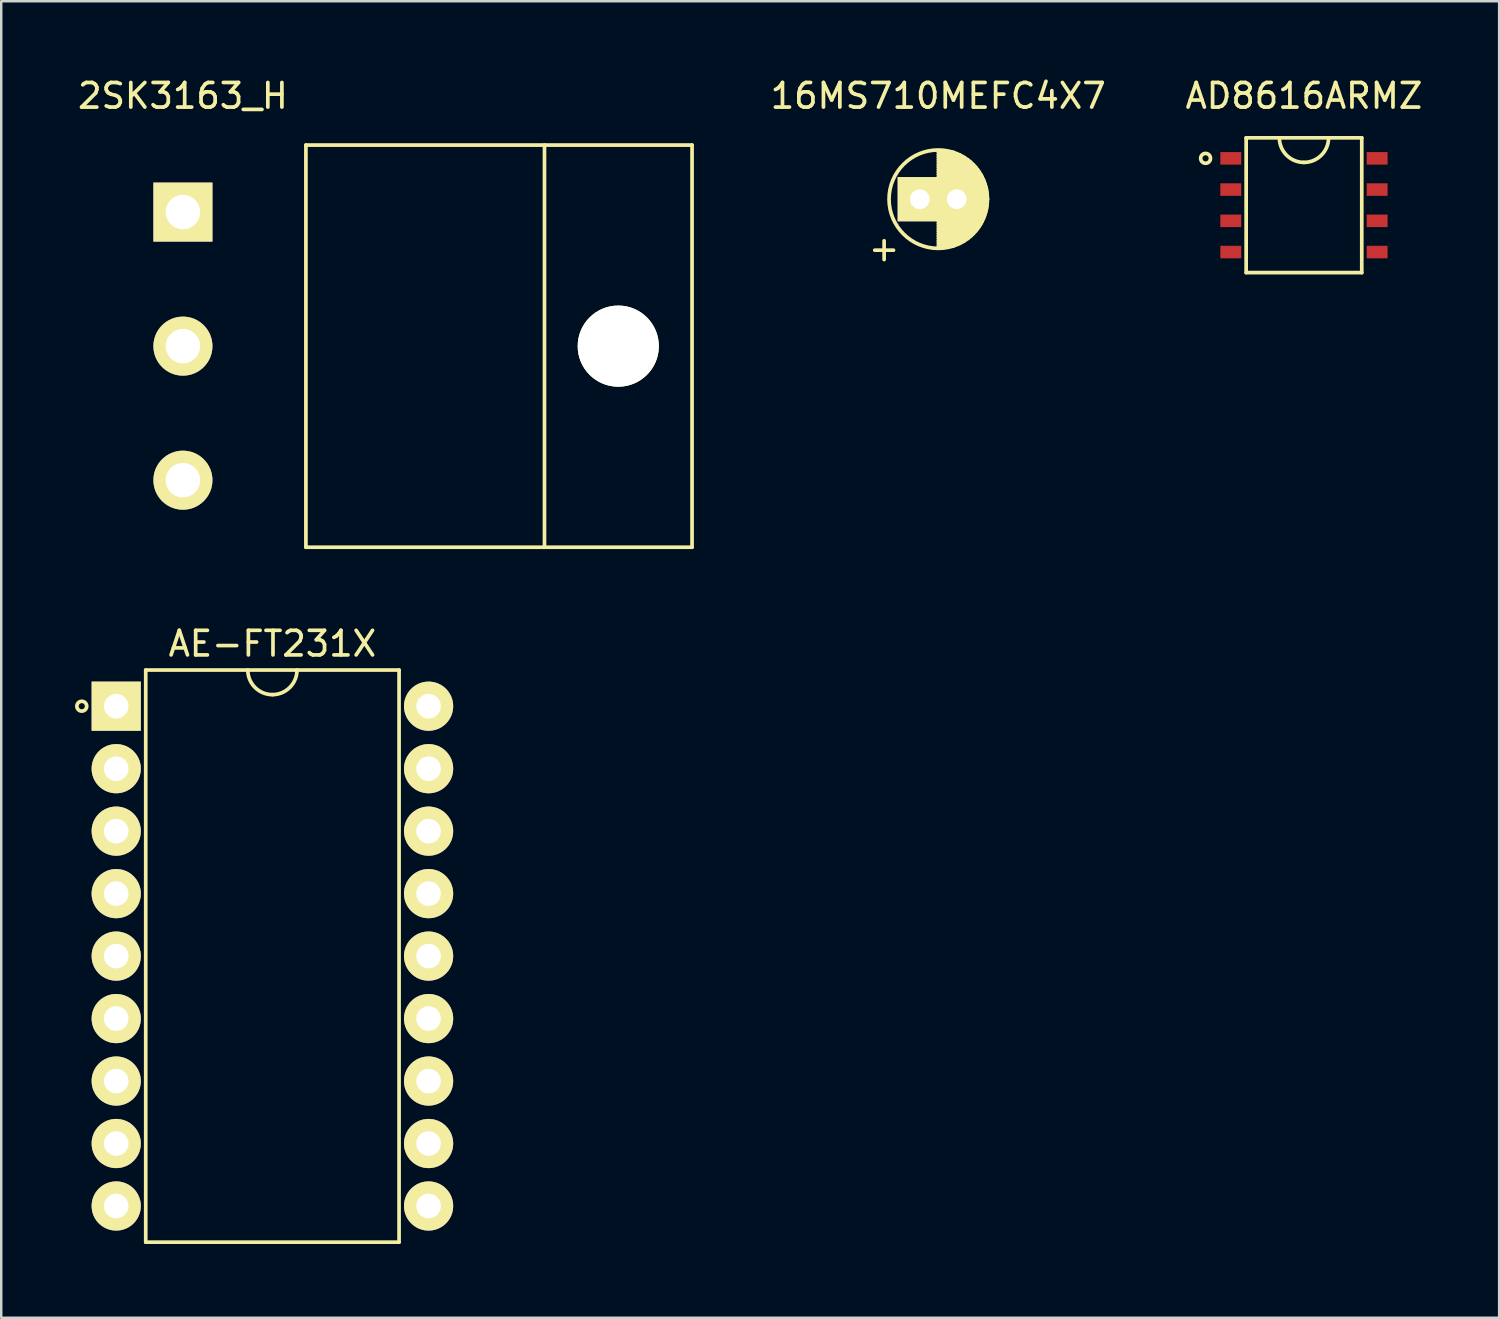
<source format=kicad_pcb>
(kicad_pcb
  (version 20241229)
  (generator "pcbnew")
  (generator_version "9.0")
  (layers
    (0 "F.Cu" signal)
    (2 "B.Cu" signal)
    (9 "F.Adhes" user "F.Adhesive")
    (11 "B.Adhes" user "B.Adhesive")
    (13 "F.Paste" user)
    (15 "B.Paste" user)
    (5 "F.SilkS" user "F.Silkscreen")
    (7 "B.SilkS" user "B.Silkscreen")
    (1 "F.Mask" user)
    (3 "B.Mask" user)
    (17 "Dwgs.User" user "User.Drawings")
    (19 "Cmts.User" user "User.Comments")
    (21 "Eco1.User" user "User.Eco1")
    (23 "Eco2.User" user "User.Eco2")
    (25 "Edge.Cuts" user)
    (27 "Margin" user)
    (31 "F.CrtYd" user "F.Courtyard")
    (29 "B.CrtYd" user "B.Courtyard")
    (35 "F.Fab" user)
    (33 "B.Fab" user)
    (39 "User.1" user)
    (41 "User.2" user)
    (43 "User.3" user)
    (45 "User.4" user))
  (footprint "AD8616ARMZ"
    (layer "F.Cu")
    (at 46.99 3.388)
    (property "Reference" "AD8616ARMZ" (at 2.975 -2.54 0) (layer "F.SilkS") (effects (font (size 1 1) (thickness 0.15))))
    (attr through_hole)
    (fp_line (start 0.625 -0.835) (end 5.325 -0.835) (stroke (width 0.15) (type solid)) (layer "F.SilkS"))
    (fp_line (start 0.625 4.645) (end 0.625 -0.835) (stroke (width 0.15) (type solid)) (layer "F.SilkS"))
    (fp_line (start 5.325 -0.835) (end 5.325 4.645) (stroke (width 0.15) (type solid)) (layer "F.SilkS"))
    (fp_line (start 5.325 4.645) (end 0.625 4.645) (stroke (width 0.15) (type solid)) (layer "F.SilkS"))
    (fp_arc (start 2.975 0.165) (mid 2.267893 -0.127893) (end 1.975 -0.835) (stroke (width 0.15) (type solid)) (layer "F.SilkS"))
    (fp_arc (start 3.975 -0.835) (mid 3.682107 -0.127893) (end 2.975 0.165) (stroke (width 0.15) (type solid)) (layer "F.SilkS"))
    (fp_circle (center -1.025 0) (end -1.025 0.2) (stroke (width 0.15) (type solid)) (fill no) (layer "F.SilkS"))
    (pad "1" smd rect (at 0 0) (size 0.85 0.51) (layers "F.Cu" "F.Mask" "F.Paste"))
    (pad "2" smd rect (at 0 1.27) (size 0.85 0.51) (layers "F.Cu" "F.Mask" "F.Paste"))
    (pad "3" smd rect (at 0 2.54) (size 0.85 0.51) (layers "F.Cu" "F.Mask" "F.Paste"))
    (pad "4" smd rect (at 0 3.81) (size 0.85 0.51) (layers "F.Cu" "F.Mask" "F.Paste"))
    (pad "5" smd rect (at 5.95 3.81) (size 0.85 0.51) (layers "F.Cu" "F.Mask" "F.Paste"))
    (pad "6" smd rect (at 5.95 2.54) (size 0.85 0.51) (layers "F.Cu" "F.Mask" "F.Paste"))
    (pad "7" smd rect (at 5.95 1.27) (size 0.85 0.51) (layers "F.Cu" "F.Mask" "F.Paste"))
    (pad "8" smd rect (at 5.95 0) (size 0.85 0.51) (layers "F.Cu" "F.Mask" "F.Paste")))
  (footprint "2SK3163_H"
    (layer "F.Cu")
    (at 4.387 5.573)
    (property "Reference" "2SK3163_H" (at 0 -4.725 0) (layer "F.SilkS") (effects (font (size 1 1) (thickness 0.15))))
    (attr through_hole)
    (fp_line (start 5 -2.725) (end 5 13.625) (stroke (width 0.15) (type solid)) (layer "F.SilkS"))
    (fp_line (start 5 -2.725) (end 20.7 -2.725) (stroke (width 0.15) (type solid)) (layer "F.SilkS"))
    (fp_line (start 5 13.625) (end 20.7 13.625) (stroke (width 0.15) (type solid)) (layer "F.SilkS"))
    (fp_line (start 14.7 -2.725) (end 14.7 13.625) (stroke (width 0.15) (type solid)) (layer "F.SilkS"))
    (fp_line (start 20.7 -2.725) (end 20.7 13.625) (stroke (width 0.15) (type solid)) (layer "F.SilkS"))
    (pad "" np_thru_hole circle (at 17.7 5.45) (size 3.3 3.3) (drill 3.3) (layers "*.Cu" "*.Mask" "F.SilkS"))
    (pad "1" thru_hole rect (at 0 0) (size 2.4 2.4) (drill 1.4) (layers "*.Cu" "*.Mask" "F.SilkS"))
    (pad "2" thru_hole circle (at 0 5.45) (size 2.4 2.4) (drill 1.4) (layers "*.Cu" "*.Mask" "F.SilkS"))
    (pad "3" thru_hole circle (at 0 10.9) (size 2.4 2.4) (drill 1.4) (layers "*.Cu" "*.Mask" "F.SilkS")))
  (footprint "AE-FT231X"
    (layer "F.Cu")
    (at 1.675 25.662)
    (property "Reference" "AE-FT231X" (at 6.35 -2.54 0) (layer "F.SilkS") (effects (font (size 1 1) (thickness 0.15))))
    (attr through_hole)
    (fp_line (start 1.2 -1.47) (end 11.5 -1.47) (stroke (width 0.15) (type solid)) (layer "F.SilkS"))
    (fp_line (start 1.2 21.79) (end 1.2 -1.47) (stroke (width 0.15) (type solid)) (layer "F.SilkS"))
    (fp_line (start 11.5 -1.47) (end 11.5 21.79) (stroke (width 0.15) (type solid)) (layer "F.SilkS"))
    (fp_line (start 11.5 21.79) (end 1.2 21.79) (stroke (width 0.15) (type solid)) (layer "F.SilkS"))
    (fp_arc (start 6.35 -0.47) (mid 5.642893 -0.762893) (end 5.35 -1.47) (stroke (width 0.15) (type solid)) (layer "F.SilkS"))
    (fp_arc (start 7.35 -1.47) (mid 7.057107 -0.762893) (end 6.35 -0.47) (stroke (width 0.15) (type solid)) (layer "F.SilkS"))
    (fp_circle (center -1.4 0) (end -1.4 0.2) (stroke (width 0.15) (type solid)) (fill no) (layer "F.SilkS"))
    (pad "1" thru_hole rect (at 0 0) (size 2 2) (drill 1) (layers "*.Cu" "*.Mask" "F.SilkS"))
    (pad "2" thru_hole circle (at 0 2.54) (size 2 2) (drill 1) (layers "*.Cu" "*.Mask" "F.SilkS"))
    (pad "3" thru_hole circle (at 0 5.08) (size 2 2) (drill 1) (layers "*.Cu" "*.Mask" "F.SilkS"))
    (pad "4" thru_hole circle (at 0 7.62) (size 2 2) (drill 1) (layers "*.Cu" "*.Mask" "F.SilkS"))
    (pad "5" thru_hole circle (at 0 10.16) (size 2 2) (drill 1) (layers "*.Cu" "*.Mask" "F.SilkS"))
    (pad "6" thru_hole circle (at 0 12.7) (size 2 2) (drill 1) (layers "*.Cu" "*.Mask" "F.SilkS"))
    (pad "7" thru_hole circle (at 0 15.24) (size 2 2) (drill 1) (layers "*.Cu" "*.Mask" "F.SilkS"))
    (pad "8" thru_hole circle (at 0 17.78) (size 2 2) (drill 1) (layers "*.Cu" "*.Mask" "F.SilkS"))
    (pad "9" thru_hole circle (at 0 20.32) (size 2 2) (drill 1) (layers "*.Cu" "*.Mask" "F.SilkS"))
    (pad "10" thru_hole circle (at 12.7 20.32) (size 2 2) (drill 1) (layers "*.Cu" "*.Mask" "F.SilkS"))
    (pad "11" thru_hole circle (at 12.7 17.78) (size 2 2) (drill 1) (layers "*.Cu" "*.Mask" "F.SilkS"))
    (pad "12" thru_hole circle (at 12.7 15.24) (size 2 2) (drill 1) (layers "*.Cu" "*.Mask" "F.SilkS"))
    (pad "13" thru_hole circle (at 12.7 12.7) (size 2 2) (drill 1) (layers "*.Cu" "*.Mask" "F.SilkS"))
    (pad "14" thru_hole circle (at 12.7 10.16) (size 2 2) (drill 1) (layers "*.Cu" "*.Mask" "F.SilkS"))
    (pad "15" thru_hole circle (at 12.7 7.62) (size 2 2) (drill 1) (layers "*.Cu" "*.Mask" "F.SilkS"))
    (pad "16" thru_hole circle (at 12.7 5.08) (size 2 2) (drill 1) (layers "*.Cu" "*.Mask" "F.SilkS"))
    (pad "17" thru_hole circle (at 12.7 2.54) (size 2 2) (drill 1) (layers "*.Cu" "*.Mask" "F.SilkS"))
    (pad "18" thru_hole circle (at 12.7 0) (size 2 2) (drill 1) (layers "*.Cu" "*.Mask" "F.SilkS")))
  (footprint "16MS710MEFC4X7"
    (layer "F.Cu")
    (at 34.346 5.048)
    (property "Reference" "16MS710MEFC4X7" (at 0.75 -4.2 0) (layer "F.SilkS") (effects (font (size 1 1) (thickness 0.15))))
    (attr through_hole)
    (fp_line (start 0.75 -1.9) (end 1.375 -1.9) (stroke (width 0.15) (type solid)) (layer "F.SilkS"))
    (fp_line (start 0.75 -1.8) (end 1.622 -1.8) (stroke (width 0.15) (type solid)) (layer "F.SilkS"))
    (fp_line (start 0.75 -1.7) (end 1.804 -1.7) (stroke (width 0.15) (type solid)) (layer "F.SilkS"))
    (fp_line (start 0.75 -1.6) (end 1.95 -1.6) (stroke (width 0.15) (type solid)) (layer "F.SilkS"))
    (fp_line (start 0.75 -1.5) (end 2.073 -1.5) (stroke (width 0.15) (type solid)) (layer "F.SilkS"))
    (fp_line (start 0.75 -1.4) (end 2.178 -1.4) (stroke (width 0.15) (type solid)) (layer "F.SilkS"))
    (fp_line (start 0.75 -1.3) (end 2.27 -1.3) (stroke (width 0.15) (type solid)) (layer "F.SilkS"))
    (fp_line (start 0.75 -1.2) (end 2.35 -1.2) (stroke (width 0.15) (type solid)) (layer "F.SilkS"))
    (fp_line (start 0.75 -1.1) (end 2.42 -1.1) (stroke (width 0.15) (type solid)) (layer "F.SilkS"))
    (fp_line (start 0.75 -1) (end 2.482 -1) (stroke (width 0.15) (type solid)) (layer "F.SilkS"))
    (fp_line (start 0.75 -0.9) (end 2.536 -0.9) (stroke (width 0.15) (type solid)) (layer "F.SilkS"))
    (fp_line (start 0.75 -0.8) (end 2.583 -0.8) (stroke (width 0.15) (type solid)) (layer "F.SilkS"))
    (fp_line (start 0.75 -0.7) (end 2.623 -0.7) (stroke (width 0.15) (type solid)) (layer "F.SilkS"))
    (fp_line (start 0.75 -0.6) (end 2.658 -0.6) (stroke (width 0.15) (type solid)) (layer "F.SilkS"))
    (fp_line (start 0.75 -0.5) (end 2.686 -0.5) (stroke (width 0.15) (type solid)) (layer "F.SilkS"))
    (fp_line (start 0.75 -0.4) (end 2.71 -0.4) (stroke (width 0.15) (type solid)) (layer "F.SilkS"))
    (fp_line (start 0.75 -0.3) (end 2.727 -0.3) (stroke (width 0.15) (type solid)) (layer "F.SilkS"))
    (fp_line (start 0.75 -0.2) (end 2.74 -0.2) (stroke (width 0.15) (type solid)) (layer "F.SilkS"))
    (fp_line (start 0.75 -0.1) (end 2.747 -0.1) (stroke (width 0.15) (type solid)) (layer "F.SilkS"))
    (fp_line (start 0.75 0) (end 2.75 0) (stroke (width 0.15) (type solid)) (layer "F.SilkS"))
    (fp_line (start 0.75 0) (end 2.75 0) (stroke (width 0.15) (type solid)) (layer "F.SilkS"))
    (fp_line (start 0.75 0.1) (end 2.747 0.1) (stroke (width 0.15) (type solid)) (layer "F.SilkS"))
    (fp_line (start 0.75 0.2) (end 2.74 0.2) (stroke (width 0.15) (type solid)) (layer "F.SilkS"))
    (fp_line (start 0.75 0.3) (end 2.727 0.3) (stroke (width 0.15) (type solid)) (layer "F.SilkS"))
    (fp_line (start 0.75 0.4) (end 2.71 0.4) (stroke (width 0.15) (type solid)) (layer "F.SilkS"))
    (fp_line (start 0.75 0.5) (end 2.686 0.5) (stroke (width 0.15) (type solid)) (layer "F.SilkS"))
    (fp_line (start 0.75 0.6) (end 2.658 0.6) (stroke (width 0.15) (type solid)) (layer "F.SilkS"))
    (fp_line (start 0.75 0.7) (end 2.623 0.7) (stroke (width 0.15) (type solid)) (layer "F.SilkS"))
    (fp_line (start 0.75 0.8) (end 2.583 0.8) (stroke (width 0.15) (type solid)) (layer "F.SilkS"))
    (fp_line (start 0.75 0.9) (end 2.536 0.9) (stroke (width 0.15) (type solid)) (layer "F.SilkS"))
    (fp_line (start 0.75 1) (end 2.482 1) (stroke (width 0.15) (type solid)) (layer "F.SilkS"))
    (fp_line (start 0.75 1.1) (end 2.42 1.1) (stroke (width 0.15) (type solid)) (layer "F.SilkS"))
    (fp_line (start 0.75 1.2) (end 2.35 1.2) (stroke (width 0.15) (type solid)) (layer "F.SilkS"))
    (fp_line (start 0.75 1.3) (end 2.27 1.3) (stroke (width 0.15) (type solid)) (layer "F.SilkS"))
    (fp_line (start 0.75 1.4) (end 2.178 1.4) (stroke (width 0.15) (type solid)) (layer "F.SilkS"))
    (fp_line (start 0.75 1.5) (end 2.073 1.5) (stroke (width 0.15) (type solid)) (layer "F.SilkS"))
    (fp_line (start 0.75 1.6) (end 1.95 1.6) (stroke (width 0.15) (type solid)) (layer "F.SilkS"))
    (fp_line (start 0.75 1.7) (end 1.804 1.7) (stroke (width 0.15) (type solid)) (layer "F.SilkS"))
    (fp_line (start 0.75 1.8) (end 1.622 1.8) (stroke (width 0.15) (type solid)) (layer "F.SilkS"))
    (fp_line (start 0.75 1.9) (end 1.375 1.9) (stroke (width 0.15) (type solid)) (layer "F.SilkS"))
    (fp_circle (center 0.75 0) (end 0.75 -2) (stroke (width 0.15) (type solid)) (fill no) (layer "F.SilkS"))
    (fp_text user "+" (at -1.45 2 0) (layer "F.SilkS") (effects (font (size 1 1) (thickness 0.15))))
    (pad "1" thru_hole rect (at 0 0) (size 1.8 1.8) (drill 0.8) (layers "*.Cu" "*.Mask" "F.SilkS"))
    (pad "2" thru_hole circle (at 1.5 0) (size 1.8 1.8) (drill 0.8) (layers "*.Cu" "*.Mask" "F.SilkS")))
  (gr_rect
    (start -3 -3)
    (end 57.9 50.526)
    (stroke (width 0.1) (type default))
    (fill no)
    (layer "Edge.Cuts")))
</source>
